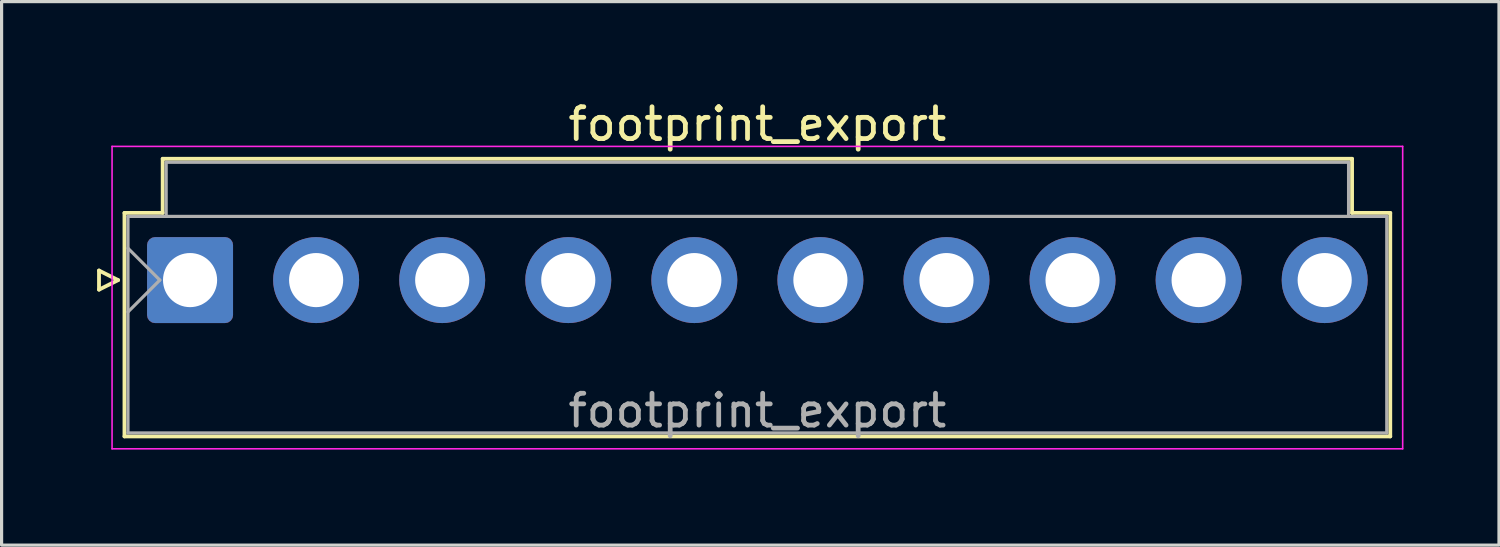
<source format=kicad_pcb>
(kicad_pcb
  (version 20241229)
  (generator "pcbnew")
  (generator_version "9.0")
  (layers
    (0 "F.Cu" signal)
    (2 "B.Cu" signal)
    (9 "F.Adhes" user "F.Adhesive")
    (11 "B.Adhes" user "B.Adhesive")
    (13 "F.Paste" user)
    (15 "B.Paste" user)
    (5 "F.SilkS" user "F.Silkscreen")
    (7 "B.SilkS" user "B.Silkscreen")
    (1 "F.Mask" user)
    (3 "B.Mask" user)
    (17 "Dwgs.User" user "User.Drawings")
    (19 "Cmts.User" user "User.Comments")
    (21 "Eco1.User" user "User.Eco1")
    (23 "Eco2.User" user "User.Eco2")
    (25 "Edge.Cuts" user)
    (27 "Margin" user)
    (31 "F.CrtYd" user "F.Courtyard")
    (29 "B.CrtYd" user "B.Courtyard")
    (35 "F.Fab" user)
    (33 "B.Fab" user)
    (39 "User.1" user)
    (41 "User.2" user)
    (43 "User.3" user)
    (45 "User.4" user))
  (footprint "footprint_export"
    (layer "F.Cu")
    (at 2.92 5.748)
    (property "Reference" "footprint_export" (at 17.82 -4.9 0) (layer "F.SilkS") (effects (font (size 1 1) (thickness 0.15))))
    (attr through_hole)
    (fp_line (start -2.86 -0.3) (end -2.26 0) (stroke (width 0.12) (type solid)) (layer "F.SilkS"))
    (fp_line (start -2.86 0.3) (end -2.86 -0.3) (stroke (width 0.12) (type solid)) (layer "F.SilkS"))
    (fp_line (start -2.26 0) (end -2.86 0.3) (stroke (width 0.12) (type solid)) (layer "F.SilkS"))
    (fp_line (start -2.06 -2.11) (end -0.86 -2.11) (stroke (width 0.12) (type solid)) (layer "F.SilkS"))
    (fp_line (start -2.06 4.91) (end -2.06 -2.11) (stroke (width 0.12) (type solid)) (layer "F.SilkS"))
    (fp_line (start -0.86 -3.81) (end 36.5 -3.81) (stroke (width 0.12) (type solid)) (layer "F.SilkS"))
    (fp_line (start -0.86 -2.11) (end -0.86 -3.81) (stroke (width 0.12) (type solid)) (layer "F.SilkS"))
    (fp_line (start 36.5 -3.81) (end 36.5 -2.11) (stroke (width 0.12) (type solid)) (layer "F.SilkS"))
    (fp_line (start 36.5 -2.11) (end 37.7 -2.11) (stroke (width 0.12) (type solid)) (layer "F.SilkS"))
    (fp_line (start 37.7 -2.11) (end 37.7 4.91) (stroke (width 0.12) (type solid)) (layer "F.SilkS"))
    (fp_line (start 37.7 4.91) (end -2.06 4.91) (stroke (width 0.12) (type solid)) (layer "F.SilkS"))
    (fp_line (start -2.45 -4.2) (end -2.45 5.3) (stroke (width 0.05) (type solid)) (layer "F.CrtYd"))
    (fp_line (start -2.45 5.3) (end 38.09 5.3) (stroke (width 0.05) (type solid)) (layer "F.CrtYd"))
    (fp_line (start 38.09 -4.2) (end -2.45 -4.2) (stroke (width 0.05) (type solid)) (layer "F.CrtYd"))
    (fp_line (start 38.09 5.3) (end 38.09 -4.2) (stroke (width 0.05) (type solid)) (layer "F.CrtYd"))
    (fp_line (start -1.95 -2) (end -1.95 4.8) (stroke (width 0.1) (type solid)) (layer "F.Fab"))
    (fp_line (start -1.95 -1) (end -0.95 0) (stroke (width 0.1) (type solid)) (layer "F.Fab"))
    (fp_line (start -1.95 1) (end -0.95 0) (stroke (width 0.1) (type solid)) (layer "F.Fab"))
    (fp_line (start -1.95 4.8) (end 37.59 4.8) (stroke (width 0.1) (type solid)) (layer "F.Fab"))
    (fp_line (start -0.75 -3.7) (end 36.39 -3.7) (stroke (width 0.1) (type solid)) (layer "F.Fab"))
    (fp_line (start -0.75 -2) (end -0.75 -3.7) (stroke (width 0.1) (type solid)) (layer "F.Fab"))
    (fp_line (start 36.39 -3.7) (end 36.39 -2) (stroke (width 0.1) (type solid)) (layer "F.Fab"))
    (fp_line (start 37.59 -2) (end -1.95 -2) (stroke (width 0.1) (type solid)) (layer "F.Fab"))
    (fp_line (start 37.59 4.8) (end 37.59 -2) (stroke (width 0.1) (type solid)) (layer "F.Fab"))
    (fp_text user "${REFERENCE}" (at 17.82 4.1 0) (layer "F.Fab") (effects (font (size 1 1) (thickness 0.15))))
    (pad "1" thru_hole roundrect (at 0 0) (size 2.7 2.7) (drill 1.7) (layers "*.Cu" "*.Mask") (roundrect_rratio 0.093))
    (pad "2" thru_hole circle (at 3.96 0) (size 2.7 2.7) (drill 1.7) (layers "*.Cu" "*.Mask"))
    (pad "3" thru_hole circle (at 7.92 0) (size 2.7 2.7) (drill 1.7) (layers "*.Cu" "*.Mask"))
    (pad "4" thru_hole circle (at 11.88 0) (size 2.7 2.7) (drill 1.7) (layers "*.Cu" "*.Mask"))
    (pad "5" thru_hole circle (at 15.84 0) (size 2.7 2.7) (drill 1.7) (layers "*.Cu" "*.Mask"))
    (pad "6" thru_hole circle (at 19.8 0) (size 2.7 2.7) (drill 1.7) (layers "*.Cu" "*.Mask"))
    (pad "7" thru_hole circle (at 23.76 0) (size 2.7 2.7) (drill 1.7) (layers "*.Cu" "*.Mask"))
    (pad "8" thru_hole circle (at 27.72 0) (size 2.7 2.7) (drill 1.7) (layers "*.Cu" "*.Mask"))
    (pad "9" thru_hole circle (at 31.68 0) (size 2.7 2.7) (drill 1.7) (layers "*.Cu" "*.Mask"))
    (pad "10" thru_hole circle (at 35.64 0) (size 2.7 2.7) (drill 1.7) (layers "*.Cu" "*.Mask")))
  (gr_rect
    (start -3 -3)
    (end 44.035 14.073)
    (stroke (width 0.1) (type default))
    (fill no)
    (layer "Edge.Cuts")))
</source>
